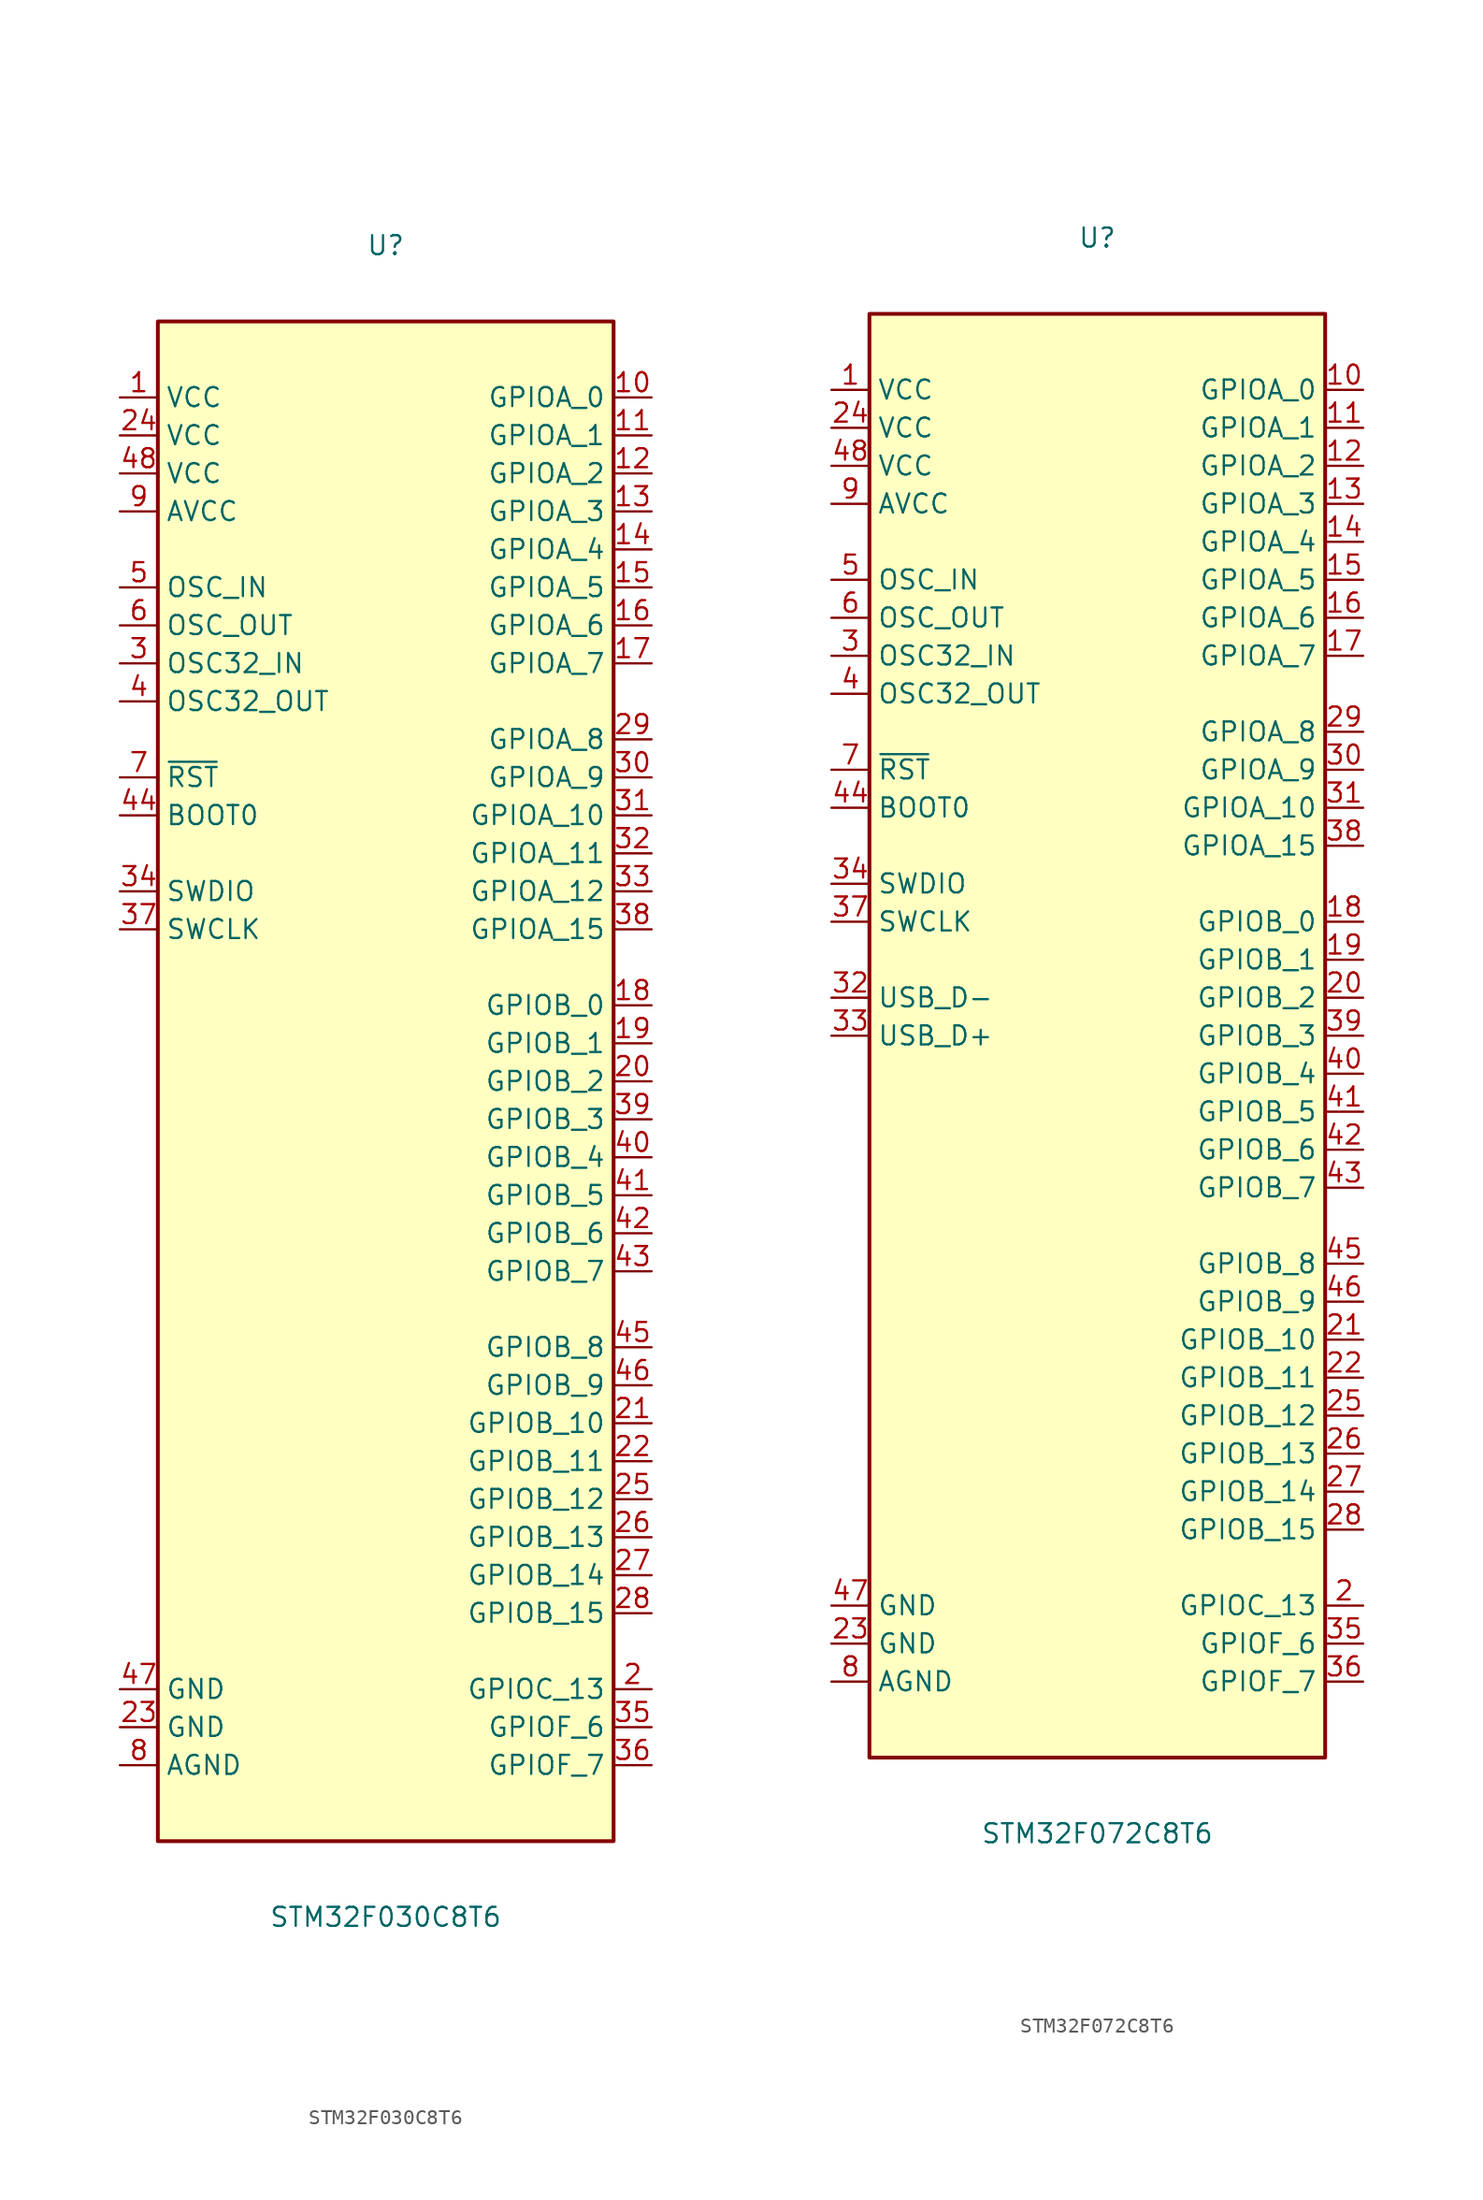
<source format=kicad_sym>
(kicad_symbol_lib
  (version 20231120)
  (generator "stm32_gen")
  (symbol "STM32F030C8T6"
    (property "Reference" "U"
      (at 0 55.88 0)
      (effects (font (size 1.27 1.27))))
    (property "Value" "STM32F030C8T6"
      (at 0 -55.88 0)
      (effects (font (size 1.27 1.27))))
    (symbol "STM32F030C8T6_0_1"
      (rectangle (start -15.24 -50.8) (end 15.24 50.8) (stroke (width 0.254) (type default)) (fill (type background))))
    (symbol "STM32F030C8T6_1_1"
      (pin power_in line (at -17.78 45.72 0) (length 2.54) (name "VCC" (effects (font (size 1.27 1.27)))) (number "1" (effects (font (size 1.27 1.27)))))
      (pin power_in line (at -17.78 43.18 0) (length 2.54) (name "VCC" (effects (font (size 1.27 1.27)))) (number "24" (effects (font (size 1.27 1.27)))))
      (pin power_in line (at -17.78 40.64 0) (length 2.54) (name "VCC" (effects (font (size 1.27 1.27)))) (number "48" (effects (font (size 1.27 1.27)))))
      (pin power_in line (at -17.78 38.1 0) (length 2.54) (name "AVCC" (effects (font (size 1.27 1.27)))) (number "9" (effects (font (size 1.27 1.27)))))
      (pin input line (at -17.78 33.02 0) (length 2.54) (name "OSC_IN" (effects (font (size 1.27 1.27)))) (number "5" (effects (font (size 1.27 1.27)))))
      (pin output line (at -17.78 30.48 0) (length 2.54) (name "OSC_OUT" (effects (font (size 1.27 1.27)))) (number "6" (effects (font (size 1.27 1.27)))))
      (pin input line (at -17.78 27.94 0) (length 2.54) (name "OSC32_IN" (effects (font (size 1.27 1.27)))) (number "3" (effects (font (size 1.27 1.27)))))
      (pin output line (at -17.78 25.4 0) (length 2.54) (name "OSC32_OUT" (effects (font (size 1.27 1.27)))) (number "4" (effects (font (size 1.27 1.27)))))
      (pin input line (at -17.78 20.32 0) (length 2.54) (name "~{RST}" (effects (font (size 1.27 1.27)))) (number "7" (effects (font (size 1.27 1.27)))))
      (pin input line (at -17.78 17.78 0) (length 2.54) (name "BOOT0" (effects (font (size 1.27 1.27)))) (number "44" (effects (font (size 1.27 1.27)))))
      (pin bidirectional line (at -17.78 12.7 0) (length 2.54) (name "SWDIO" (effects (font (size 1.27 1.27)))) (number "34" (effects (font (size 1.27 1.27)))))
      (pin bidirectional line (at -17.78 10.16 0) (length 2.54) (name "SWCLK" (effects (font (size 1.27 1.27)))) (number "37" (effects (font (size 1.27 1.27)))))
      (pin power_in line (at -17.78 -45.72 0) (length 2.54) (name "AGND" (effects (font (size 1.27 1.27)))) (number "8" (effects (font (size 1.27 1.27)))))
      (pin power_in line (at -17.78 -43.18 0) (length 2.54) (name "GND" (effects (font (size 1.27 1.27)))) (number "23" (effects (font (size 1.27 1.27)))))
      (pin power_in line (at -17.78 -40.64 0) (length 2.54) (name "GND" (effects (font (size 1.27 1.27)))) (number "47" (effects (font (size 1.27 1.27)))))
      (pin bidirectional line (at 17.78 45.72 180) (length 2.54) (name "GPIOA_0" (effects (font (size 1.27 1.27)))) (number "10" (effects (font (size 1.27 1.27)))))
      (pin bidirectional line (at 17.78 43.18 180) (length 2.54) (name "GPIOA_1" (effects (font (size 1.27 1.27)))) (number "11" (effects (font (size 1.27 1.27)))))
      (pin bidirectional line (at 17.78 40.64 180) (length 2.54) (name "GPIOA_2" (effects (font (size 1.27 1.27)))) (number "12" (effects (font (size 1.27 1.27)))))
      (pin bidirectional line (at 17.78 38.1 180) (length 2.54) (name "GPIOA_3" (effects (font (size 1.27 1.27)))) (number "13" (effects (font (size 1.27 1.27)))))
      (pin bidirectional line (at 17.78 35.56 180) (length 2.54) (name "GPIOA_4" (effects (font (size 1.27 1.27)))) (number "14" (effects (font (size 1.27 1.27)))))
      (pin bidirectional line (at 17.78 33.02 180) (length 2.54) (name "GPIOA_5" (effects (font (size 1.27 1.27)))) (number "15" (effects (font (size 1.27 1.27)))))
      (pin bidirectional line (at 17.78 30.48 180) (length 2.54) (name "GPIOA_6" (effects (font (size 1.27 1.27)))) (number "16" (effects (font (size 1.27 1.27)))))
      (pin bidirectional line (at 17.78 27.94 180) (length 2.54) (name "GPIOA_7" (effects (font (size 1.27 1.27)))) (number "17" (effects (font (size 1.27 1.27)))))
      (pin bidirectional line (at 17.78 22.86 180) (length 2.54) (name "GPIOA_8" (effects (font (size 1.27 1.27)))) (number "29" (effects (font (size 1.27 1.27)))))
      (pin bidirectional line (at 17.78 20.32 180) (length 2.54) (name "GPIOA_9" (effects (font (size 1.27 1.27)))) (number "30" (effects (font (size 1.27 1.27)))))
      (pin bidirectional line (at 17.78 17.78 180) (length 2.54) (name "GPIOA_10" (effects (font (size 1.27 1.27)))) (number "31" (effects (font (size 1.27 1.27)))))
      (pin bidirectional line (at 17.78 15.24 180) (length 2.54) (name "GPIOA_11" (effects (font (size 1.27 1.27)))) (number "32" (effects (font (size 1.27 1.27)))))
      (pin bidirectional line (at 17.78 12.7 180) (length 2.54) (name "GPIOA_12" (effects (font (size 1.27 1.27)))) (number "33" (effects (font (size 1.27 1.27)))))
      (pin bidirectional line (at 17.78 10.16 180) (length 2.54) (name "GPIOA_15" (effects (font (size 1.27 1.27)))) (number "38" (effects (font (size 1.27 1.27)))))
      (pin bidirectional line (at 17.78 5.08 180) (length 2.54) (name "GPIOB_0" (effects (font (size 1.27 1.27)))) (number "18" (effects (font (size 1.27 1.27)))))
      (pin bidirectional line (at 17.78 2.54 180) (length 2.54) (name "GPIOB_1" (effects (font (size 1.27 1.27)))) (number "19" (effects (font (size 1.27 1.27)))))
      (pin bidirectional line (at 17.78 0.0 180) (length 2.54) (name "GPIOB_2" (effects (font (size 1.27 1.27)))) (number "20" (effects (font (size 1.27 1.27)))))
      (pin bidirectional line (at 17.78 -2.54 180) (length 2.54) (name "GPIOB_3" (effects (font (size 1.27 1.27)))) (number "39" (effects (font (size 1.27 1.27)))))
      (pin bidirectional line (at 17.78 -5.08 180) (length 2.54) (name "GPIOB_4" (effects (font (size 1.27 1.27)))) (number "40" (effects (font (size 1.27 1.27)))))
      (pin bidirectional line (at 17.78 -7.62 180) (length 2.54) (name "GPIOB_5" (effects (font (size 1.27 1.27)))) (number "41" (effects (font (size 1.27 1.27)))))
      (pin bidirectional line (at 17.78 -10.16 180) (length 2.54) (name "GPIOB_6" (effects (font (size 1.27 1.27)))) (number "42" (effects (font (size 1.27 1.27)))))
      (pin bidirectional line (at 17.78 -12.7 180) (length 2.54) (name "GPIOB_7" (effects (font (size 1.27 1.27)))) (number "43" (effects (font (size 1.27 1.27)))))
      (pin bidirectional line (at 17.78 -17.78 180) (length 2.54) (name "GPIOB_8" (effects (font (size 1.27 1.27)))) (number "45" (effects (font (size 1.27 1.27)))))
      (pin bidirectional line (at 17.78 -20.32 180) (length 2.54) (name "GPIOB_9" (effects (font (size 1.27 1.27)))) (number "46" (effects (font (size 1.27 1.27)))))
      (pin bidirectional line (at 17.78 -22.86 180) (length 2.54) (name "GPIOB_10" (effects (font (size 1.27 1.27)))) (number "21" (effects (font (size 1.27 1.27)))))
      (pin bidirectional line (at 17.78 -25.4 180) (length 2.54) (name "GPIOB_11" (effects (font (size 1.27 1.27)))) (number "22" (effects (font (size 1.27 1.27)))))
      (pin bidirectional line (at 17.78 -27.94 180) (length 2.54) (name "GPIOB_12" (effects (font (size 1.27 1.27)))) (number "25" (effects (font (size 1.27 1.27)))))
      (pin bidirectional line (at 17.78 -30.48 180) (length 2.54) (name "GPIOB_13" (effects (font (size 1.27 1.27)))) (number "26" (effects (font (size 1.27 1.27)))))
      (pin bidirectional line (at 17.78 -33.02 180) (length 2.54) (name "GPIOB_14" (effects (font (size 1.27 1.27)))) (number "27" (effects (font (size 1.27 1.27)))))
      (pin bidirectional line (at 17.78 -35.56 180) (length 2.54) (name "GPIOB_15" (effects (font (size 1.27 1.27)))) (number "28" (effects (font (size 1.27 1.27)))))
      (pin bidirectional line (at 17.78 -40.64 180) (length 2.54) (name "GPIOC_13" (effects (font (size 1.27 1.27)))) (number "2" (effects (font (size 1.27 1.27)))))
      (pin bidirectional line (at 17.78 -43.18 180) (length 2.54) (name "GPIOF_6" (effects (font (size 1.27 1.27)))) (number "35" (effects (font (size 1.27 1.27)))))
      (pin bidirectional line (at 17.78 -45.72 180) (length 2.54) (name "GPIOF_7" (effects (font (size 1.27 1.27)))) (number "36" (effects (font (size 1.27 1.27)))))))
  (symbol "STM32F072C8T6"
    (property "Reference" "U"
      (at 0 53.34 0)
      (effects (font (size 1.27 1.27))))
    (property "Value" "STM32F072C8T6"
      (at 0 -53.34 0)
      (effects (font (size 1.27 1.27))))
    (symbol "STM32F072C8T6_0_1"
      (rectangle (start -15.24 -48.26) (end 15.24 48.26) (stroke (width 0.254) (type default)) (fill (type background))))
    (symbol "STM32F072C8T6_1_1"
      (pin power_in line (at -17.78 43.18 0) (length 2.54) (name "VCC" (effects (font (size 1.27 1.27)))) (number "1" (effects (font (size 1.27 1.27)))))
      (pin power_in line (at -17.78 40.64 0) (length 2.54) (name "VCC" (effects (font (size 1.27 1.27)))) (number "24" (effects (font (size 1.27 1.27)))))
      (pin power_in line (at -17.78 38.1 0) (length 2.54) (name "VCC" (effects (font (size 1.27 1.27)))) (number "48" (effects (font (size 1.27 1.27)))))
      (pin power_in line (at -17.78 35.56 0) (length 2.54) (name "AVCC" (effects (font (size 1.27 1.27)))) (number "9" (effects (font (size 1.27 1.27)))))
      (pin input line (at -17.78 30.48 0) (length 2.54) (name "OSC_IN" (effects (font (size 1.27 1.27)))) (number "5" (effects (font (size 1.27 1.27)))))
      (pin output line (at -17.78 27.94 0) (length 2.54) (name "OSC_OUT" (effects (font (size 1.27 1.27)))) (number "6" (effects (font (size 1.27 1.27)))))
      (pin input line (at -17.78 25.4 0) (length 2.54) (name "OSC32_IN" (effects (font (size 1.27 1.27)))) (number "3" (effects (font (size 1.27 1.27)))))
      (pin output line (at -17.78 22.86 0) (length 2.54) (name "OSC32_OUT" (effects (font (size 1.27 1.27)))) (number "4" (effects (font (size 1.27 1.27)))))
      (pin input line (at -17.78 17.78 0) (length 2.54) (name "~{RST}" (effects (font (size 1.27 1.27)))) (number "7" (effects (font (size 1.27 1.27)))))
      (pin input line (at -17.78 15.24 0) (length 2.54) (name "BOOT0" (effects (font (size 1.27 1.27)))) (number "44" (effects (font (size 1.27 1.27)))))
      (pin bidirectional line (at -17.78 10.16 0) (length 2.54) (name "SWDIO" (effects (font (size 1.27 1.27)))) (number "34" (effects (font (size 1.27 1.27)))))
      (pin bidirectional line (at -17.78 7.62 0) (length 2.54) (name "SWCLK" (effects (font (size 1.27 1.27)))) (number "37" (effects (font (size 1.27 1.27)))))
      (pin bidirectional line (at -17.78 2.54 0) (length 2.54) (name "USB_D-" (effects (font (size 1.27 1.27)))) (number "32" (effects (font (size 1.27 1.27)))))
      (pin bidirectional line (at -17.78 0.0 0) (length 2.54) (name "USB_D+" (effects (font (size 1.27 1.27)))) (number "33" (effects (font (size 1.27 1.27)))))
      (pin power_in line (at -17.78 -43.18 0) (length 2.54) (name "AGND" (effects (font (size 1.27 1.27)))) (number "8" (effects (font (size 1.27 1.27)))))
      (pin power_in line (at -17.78 -40.64 0) (length 2.54) (name "GND" (effects (font (size 1.27 1.27)))) (number "23" (effects (font (size 1.27 1.27)))))
      (pin power_in line (at -17.78 -38.1 0) (length 2.54) (name "GND" (effects (font (size 1.27 1.27)))) (number "47" (effects (font (size 1.27 1.27)))))
      (pin bidirectional line (at 17.78 43.18 180) (length 2.54) (name "GPIOA_0" (effects (font (size 1.27 1.27)))) (number "10" (effects (font (size 1.27 1.27)))))
      (pin bidirectional line (at 17.78 40.64 180) (length 2.54) (name "GPIOA_1" (effects (font (size 1.27 1.27)))) (number "11" (effects (font (size 1.27 1.27)))))
      (pin bidirectional line (at 17.78 38.1 180) (length 2.54) (name "GPIOA_2" (effects (font (size 1.27 1.27)))) (number "12" (effects (font (size 1.27 1.27)))))
      (pin bidirectional line (at 17.78 35.56 180) (length 2.54) (name "GPIOA_3" (effects (font (size 1.27 1.27)))) (number "13" (effects (font (size 1.27 1.27)))))
      (pin bidirectional line (at 17.78 33.02 180) (length 2.54) (name "GPIOA_4" (effects (font (size 1.27 1.27)))) (number "14" (effects (font (size 1.27 1.27)))))
      (pin bidirectional line (at 17.78 30.48 180) (length 2.54) (name "GPIOA_5" (effects (font (size 1.27 1.27)))) (number "15" (effects (font (size 1.27 1.27)))))
      (pin bidirectional line (at 17.78 27.94 180) (length 2.54) (name "GPIOA_6" (effects (font (size 1.27 1.27)))) (number "16" (effects (font (size 1.27 1.27)))))
      (pin bidirectional line (at 17.78 25.4 180) (length 2.54) (name "GPIOA_7" (effects (font (size 1.27 1.27)))) (number "17" (effects (font (size 1.27 1.27)))))
      (pin bidirectional line (at 17.78 20.32 180) (length 2.54) (name "GPIOA_8" (effects (font (size 1.27 1.27)))) (number "29" (effects (font (size 1.27 1.27)))))
      (pin bidirectional line (at 17.78 17.78 180) (length 2.54) (name "GPIOA_9" (effects (font (size 1.27 1.27)))) (number "30" (effects (font (size 1.27 1.27)))))
      (pin bidirectional line (at 17.78 15.24 180) (length 2.54) (name "GPIOA_10" (effects (font (size 1.27 1.27)))) (number "31" (effects (font (size 1.27 1.27)))))
      (pin bidirectional line (at 17.78 12.7 180) (length 2.54) (name "GPIOA_15" (effects (font (size 1.27 1.27)))) (number "38" (effects (font (size 1.27 1.27)))))
      (pin bidirectional line (at 17.78 7.62 180) (length 2.54) (name "GPIOB_0" (effects (font (size 1.27 1.27)))) (number "18" (effects (font (size 1.27 1.27)))))
      (pin bidirectional line (at 17.78 5.08 180) (length 2.54) (name "GPIOB_1" (effects (font (size 1.27 1.27)))) (number "19" (effects (font (size 1.27 1.27)))))
      (pin bidirectional line (at 17.78 2.54 180) (length 2.54) (name "GPIOB_2" (effects (font (size 1.27 1.27)))) (number "20" (effects (font (size 1.27 1.27)))))
      (pin bidirectional line (at 17.78 0.0 180) (length 2.54) (name "GPIOB_3" (effects (font (size 1.27 1.27)))) (number "39" (effects (font (size 1.27 1.27)))))
      (pin bidirectional line (at 17.78 -2.54 180) (length 2.54) (name "GPIOB_4" (effects (font (size 1.27 1.27)))) (number "40" (effects (font (size 1.27 1.27)))))
      (pin bidirectional line (at 17.78 -5.08 180) (length 2.54) (name "GPIOB_5" (effects (font (size 1.27 1.27)))) (number "41" (effects (font (size 1.27 1.27)))))
      (pin bidirectional line (at 17.78 -7.62 180) (length 2.54) (name "GPIOB_6" (effects (font (size 1.27 1.27)))) (number "42" (effects (font (size 1.27 1.27)))))
      (pin bidirectional line (at 17.78 -10.16 180) (length 2.54) (name "GPIOB_7" (effects (font (size 1.27 1.27)))) (number "43" (effects (font (size 1.27 1.27)))))
      (pin bidirectional line (at 17.78 -15.24 180) (length 2.54) (name "GPIOB_8" (effects (font (size 1.27 1.27)))) (number "45" (effects (font (size 1.27 1.27)))))
      (pin bidirectional line (at 17.78 -17.78 180) (length 2.54) (name "GPIOB_9" (effects (font (size 1.27 1.27)))) (number "46" (effects (font (size 1.27 1.27)))))
      (pin bidirectional line (at 17.78 -20.32 180) (length 2.54) (name "GPIOB_10" (effects (font (size 1.27 1.27)))) (number "21" (effects (font (size 1.27 1.27)))))
      (pin bidirectional line (at 17.78 -22.86 180) (length 2.54) (name "GPIOB_11" (effects (font (size 1.27 1.27)))) (number "22" (effects (font (size 1.27 1.27)))))
      (pin bidirectional line (at 17.78 -25.4 180) (length 2.54) (name "GPIOB_12" (effects (font (size 1.27 1.27)))) (number "25" (effects (font (size 1.27 1.27)))))
      (pin bidirectional line (at 17.78 -27.94 180) (length 2.54) (name "GPIOB_13" (effects (font (size 1.27 1.27)))) (number "26" (effects (font (size 1.27 1.27)))))
      (pin bidirectional line (at 17.78 -30.48 180) (length 2.54) (name "GPIOB_14" (effects (font (size 1.27 1.27)))) (number "27" (effects (font (size 1.27 1.27)))))
      (pin bidirectional line (at 17.78 -33.02 180) (length 2.54) (name "GPIOB_15" (effects (font (size 1.27 1.27)))) (number "28" (effects (font (size 1.27 1.27)))))
      (pin bidirectional line (at 17.78 -38.1 180) (length 2.54) (name "GPIOC_13" (effects (font (size 1.27 1.27)))) (number "2" (effects (font (size 1.27 1.27)))))
      (pin bidirectional line (at 17.78 -40.64 180) (length 2.54) (name "GPIOF_6" (effects (font (size 1.27 1.27)))) (number "35" (effects (font (size 1.27 1.27)))))
      (pin bidirectional line (at 17.78 -43.18 180) (length 2.54) (name "GPIOF_7" (effects (font (size 1.27 1.27)))) (number "36" (effects (font (size 1.27 1.27))))))))
</source>
